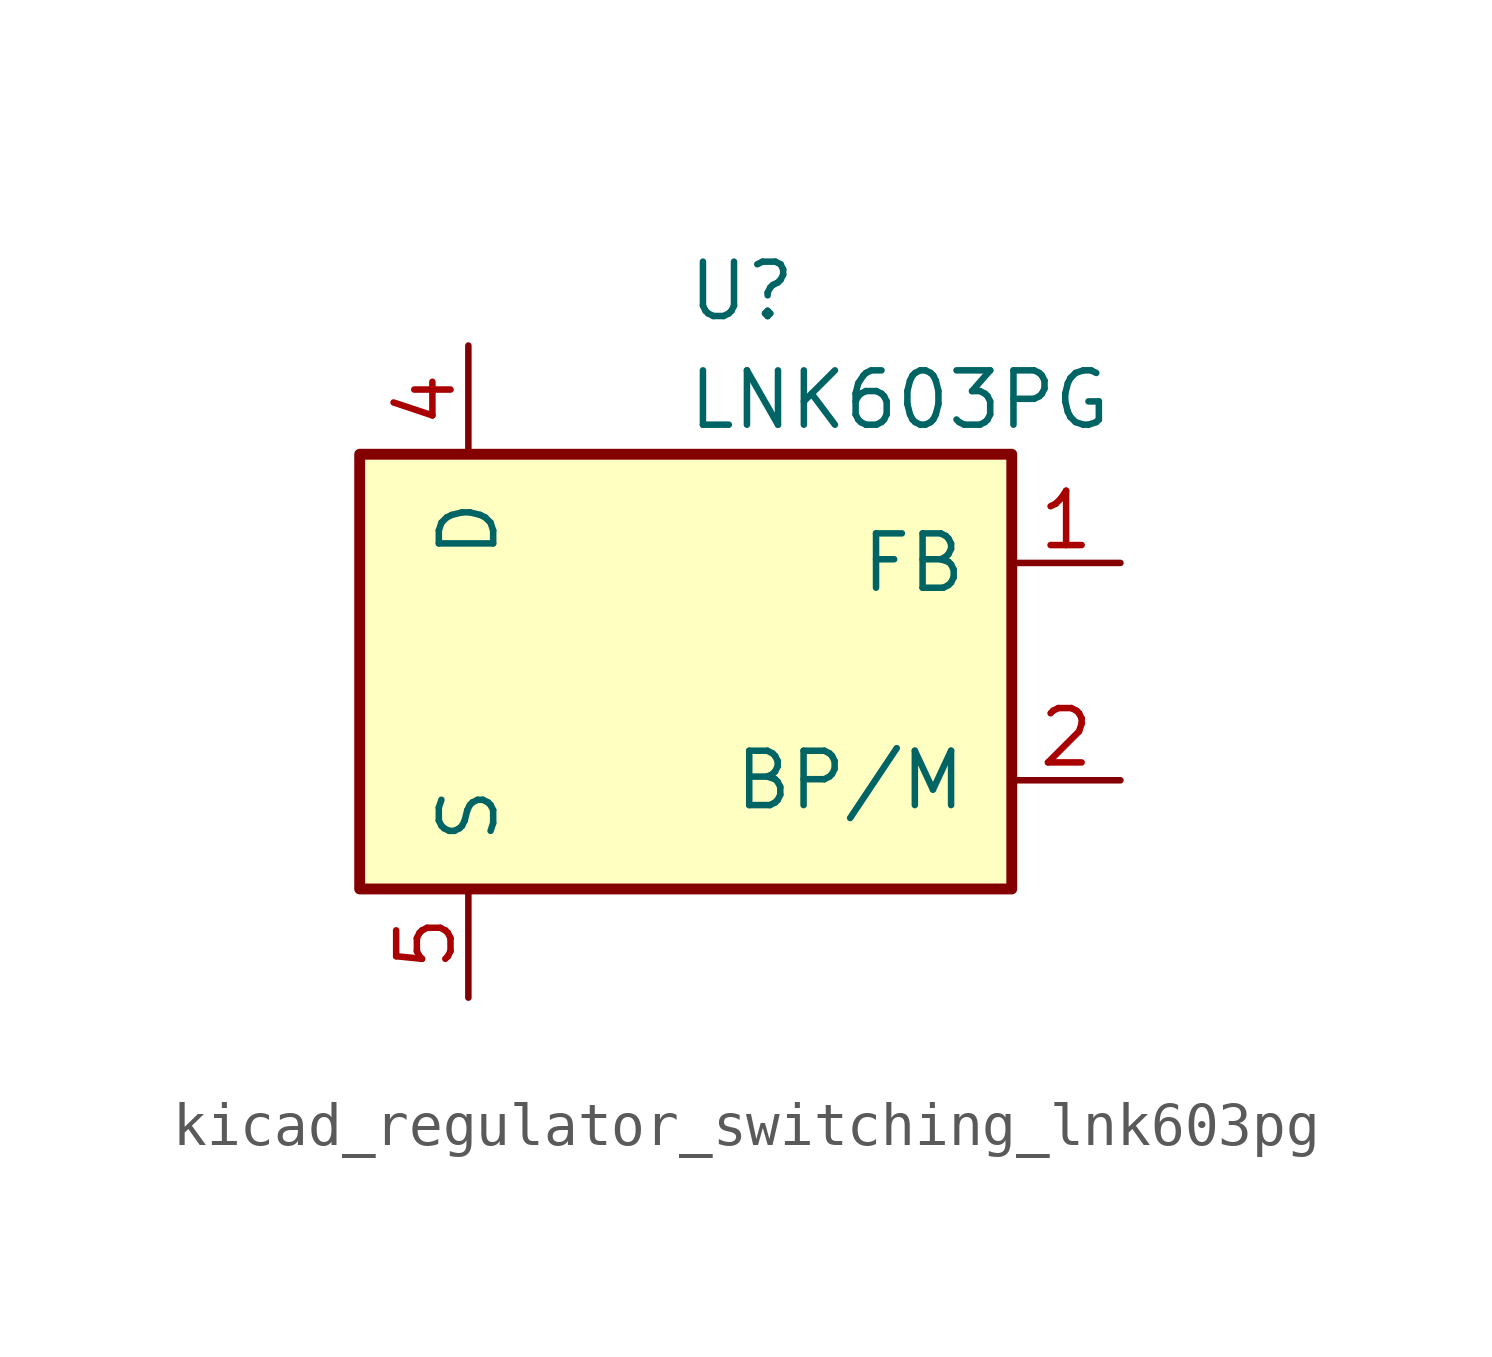
<source format=kicad_sym>
(kicad_symbol_lib
  (version 20220914)
  (generator kicad_symbol_editor)
  (symbol "kicad_regulator_switching_lnk603pg"
    (pin_names
      (offset 1.016))
    (property "Reference" "U"
      (at 0 8.89 0)
      (effects (font (size 1.27 1.27)) (justify left)))
    (property "Value" "LNK603PG"
      (at 0 6.35 0)
      (effects (font (size 1.27 1.27)) (justify left)))
    (symbol "kicad_regulator_switching_lnk603pg_0_1"
      (rectangle (start -7.62 5.08) (end 7.62 -5.08) (stroke (width 0.254) (type default)) (fill (type background))))
    (symbol "kicad_regulator_switching_lnk603pg_1_1"
      (pin input line (at 10.16 2.54 180) (length 2.54) (name "FB" (effects (font (size 1.27 1.27)))) (number "1" (effects (font (size 1.27 1.27)))))
      (pin input line (at 10.16 -2.54 180) (length 2.54) (name "BP/M" (effects (font (size 1.27 1.27)))) (number "2" (effects (font (size 1.27 1.27)))))
      (pin open_collector line (at -5.08 7.62 270) (length 2.54) (name "D" (effects (font (size 1.27 1.27)))) (number "4" (effects (font (size 1.27 1.27)))))
      (pin power_in line (at -5.08 -7.62 90) (length 2.54) (name "S" (effects (font (size 1.27 1.27)))) (number "5" (effects (font (size 1.27 1.27)))))
      (pin passive line (at -5.08 -7.62 90) (length 2.54) hide (name "S" (effects (font (size 1.27 1.27)))) (number "6" (effects (font (size 1.27 1.27)))))
      (pin passive line (at -5.08 -7.62 90) (length 2.54) hide (name "S" (effects (font (size 1.27 1.27)))) (number "7" (effects (font (size 1.27 1.27)))))
      (pin passive line (at -5.08 -7.62 90) (length 2.54) hide (name "S" (effects (font (size 1.27 1.27)))) (number "8" (effects (font (size 1.27 1.27))))))))
</source>
